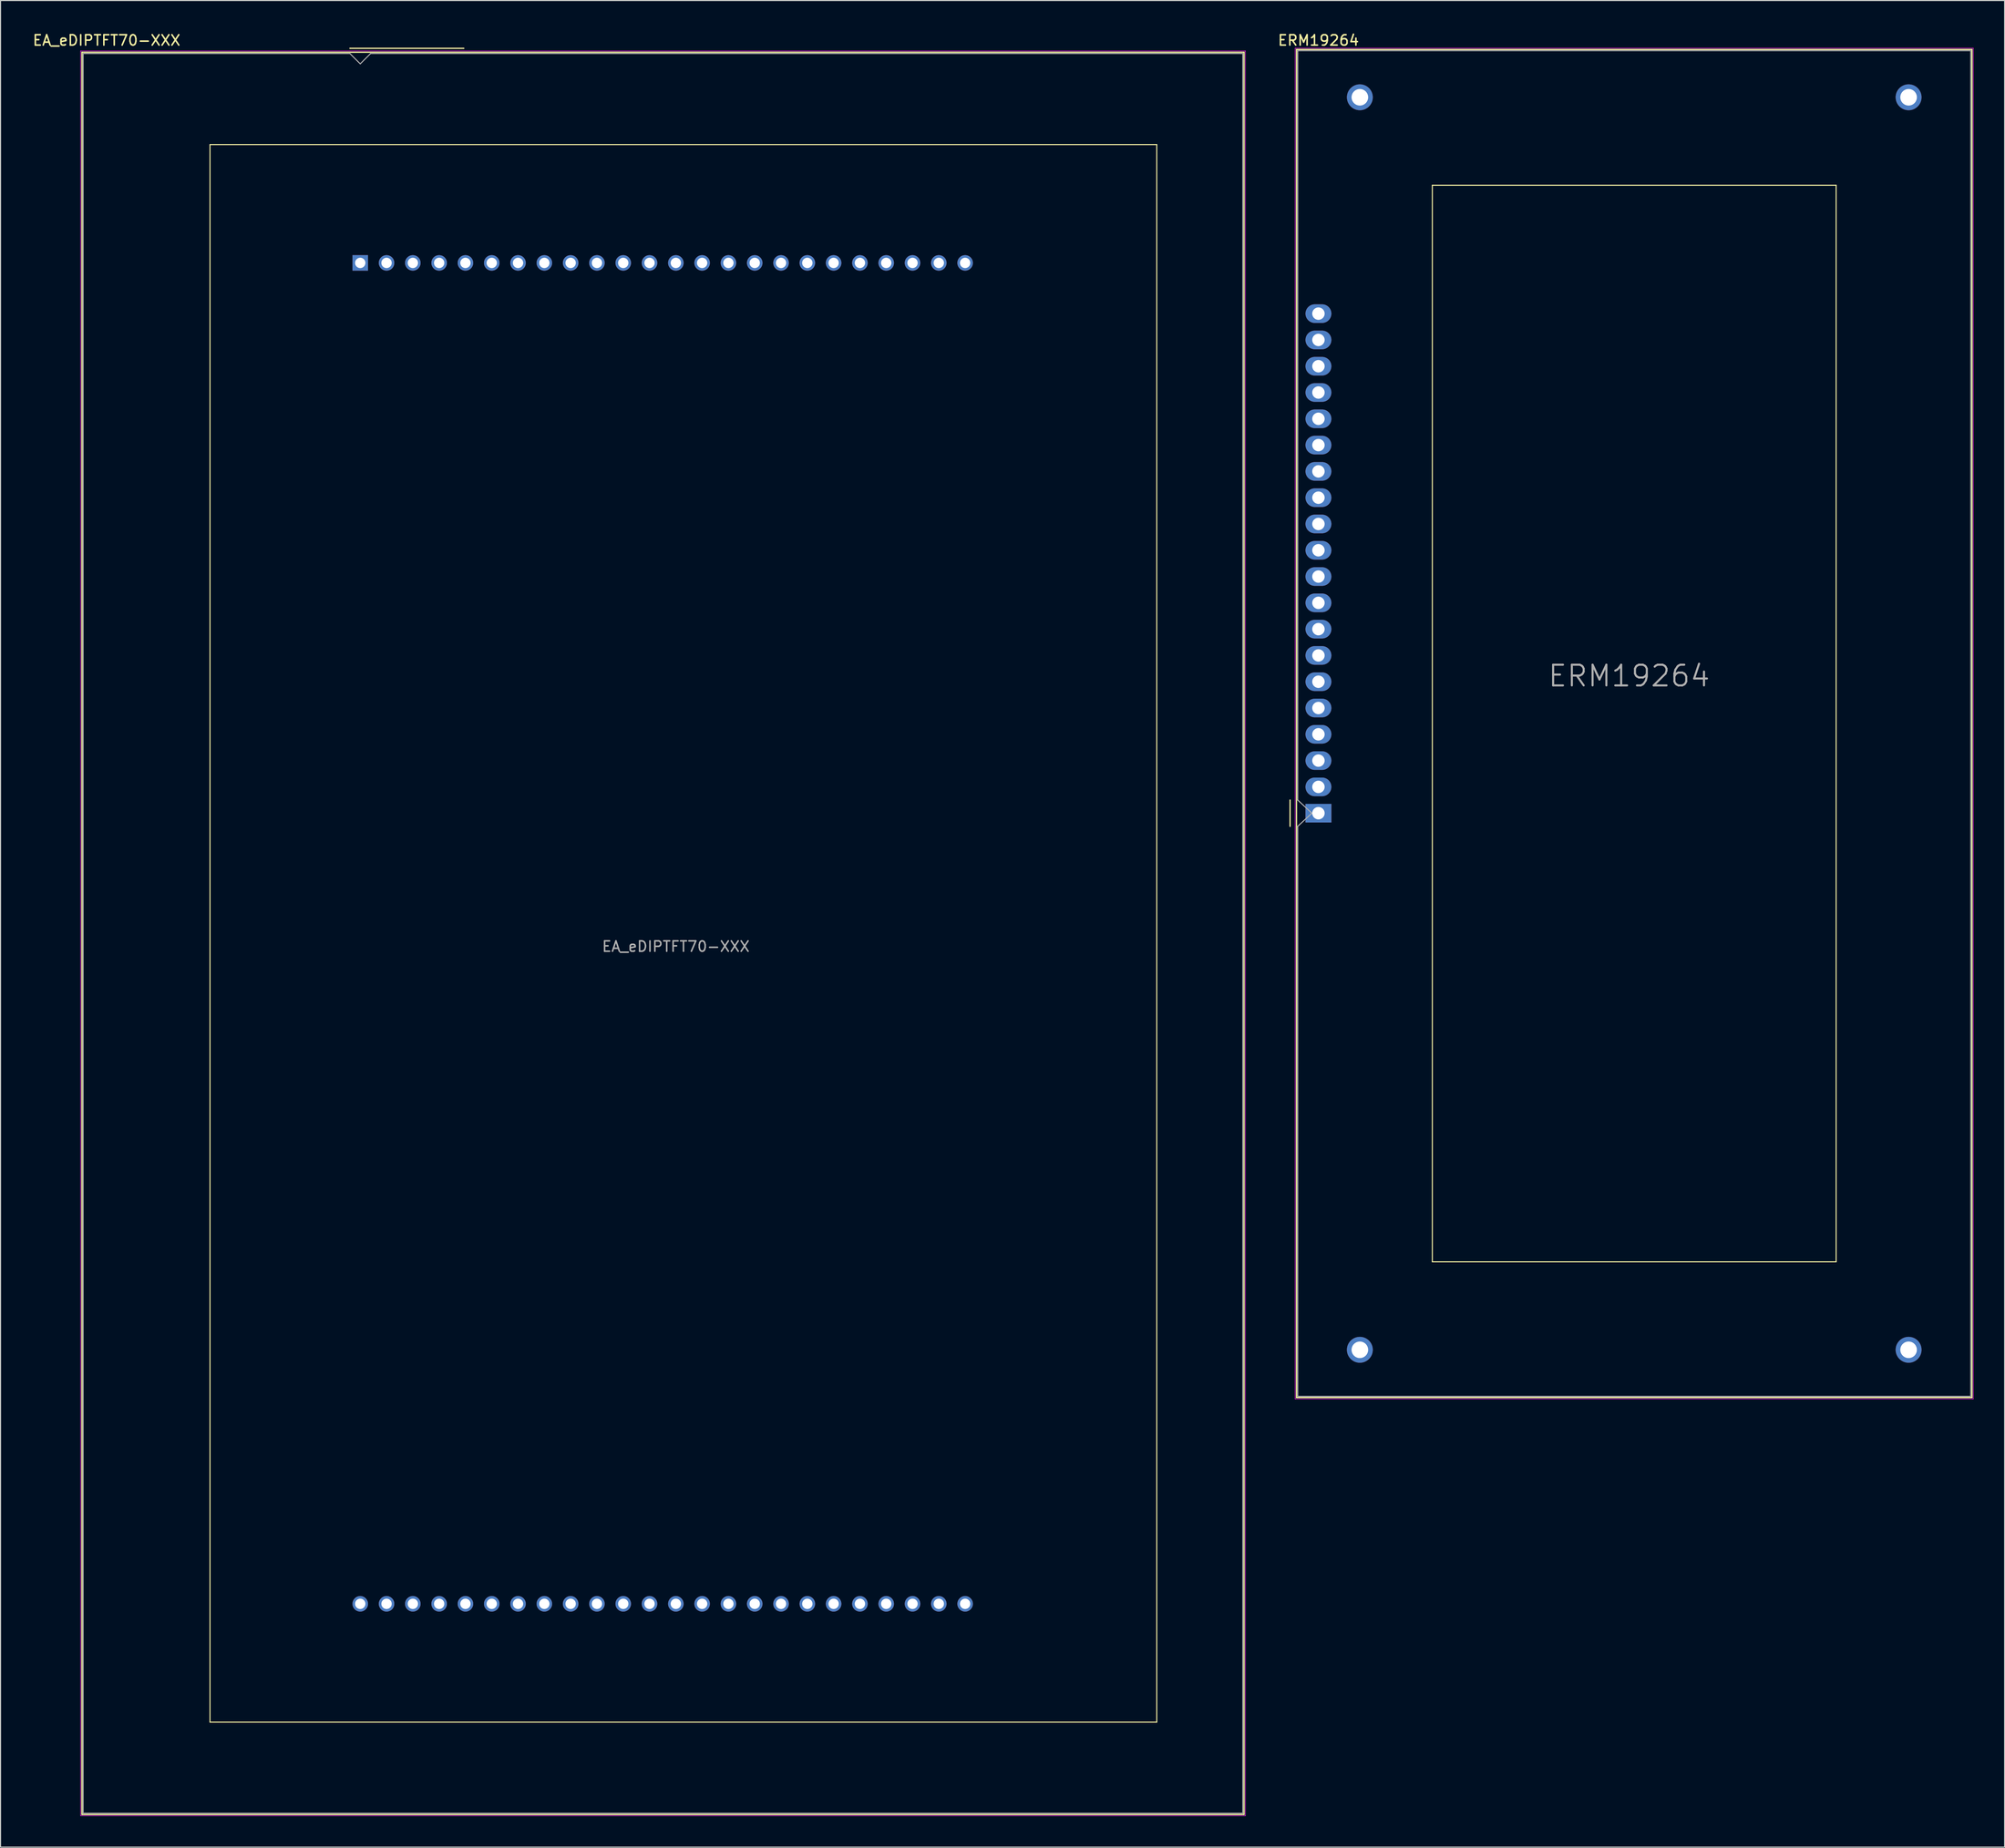
<source format=kicad_pcb>
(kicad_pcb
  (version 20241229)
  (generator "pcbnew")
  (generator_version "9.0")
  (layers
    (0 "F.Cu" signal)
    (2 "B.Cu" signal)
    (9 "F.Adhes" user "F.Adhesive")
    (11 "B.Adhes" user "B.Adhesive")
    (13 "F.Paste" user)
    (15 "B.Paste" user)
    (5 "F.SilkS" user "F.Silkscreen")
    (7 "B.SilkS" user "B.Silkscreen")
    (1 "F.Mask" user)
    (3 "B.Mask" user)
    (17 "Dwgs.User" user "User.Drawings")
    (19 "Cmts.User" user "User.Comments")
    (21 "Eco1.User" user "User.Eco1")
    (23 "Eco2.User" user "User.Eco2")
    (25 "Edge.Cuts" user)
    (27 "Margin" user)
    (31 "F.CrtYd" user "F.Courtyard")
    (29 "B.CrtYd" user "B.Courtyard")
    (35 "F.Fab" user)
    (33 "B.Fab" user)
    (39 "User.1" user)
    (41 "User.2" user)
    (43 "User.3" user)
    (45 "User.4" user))
  (footprint "EA_eDIPTFT70-XXX"
    (layer "F.Cu")
    (at 31.744 22.348)
    (property "Reference" "EA_eDIPTFT70-XXX" (at -24.5 -21.5 0) (layer "F.SilkS") (effects (font (size 1 1) (thickness 0.15))))
    (attr through_hole)
    (fp_line (start -26.88 -20.35) (end 85.36 -20.35) (stroke (width 0.12) (type solid)) (layer "F.SilkS"))
    (fp_line (start -26.88 149.89) (end -26.88 -20.35) (stroke (width 0.12) (type solid)) (layer "F.SilkS"))
    (fp_line (start -14.51 -11.43) (end -14.51 140.97) (stroke (width 0.1) (type solid)) (layer "F.SilkS"))
    (fp_line (start -14.51 140.97) (end 76.93 140.97) (stroke (width 0.1) (type solid)) (layer "F.SilkS"))
    (fp_line (start -1 -20.73) (end 10 -20.73) (stroke (width 0.12) (type solid)) (layer "F.SilkS"))
    (fp_line (start 76.93 -11.43) (end -14.51 -11.43) (stroke (width 0.1) (type solid)) (layer "F.SilkS"))
    (fp_line (start 76.93 140.97) (end 76.93 -11.43) (stroke (width 0.1) (type solid)) (layer "F.SilkS"))
    (fp_line (start 85.36 -20.35) (end 85.36 149.89) (stroke (width 0.12) (type solid)) (layer "F.SilkS"))
    (fp_line (start 85.36 149.89) (end -26.88 149.89) (stroke (width 0.12) (type solid)) (layer "F.SilkS"))
    (fp_line (start -27.01 -20.48) (end 85.49 -20.48) (stroke (width 0.05) (type solid)) (layer "F.CrtYd"))
    (fp_line (start -27.01 150.02) (end -27.01 -20.48) (stroke (width 0.05) (type solid)) (layer "F.CrtYd"))
    (fp_line (start 85.49 -20.48) (end 85.49 150.02) (stroke (width 0.05) (type solid)) (layer "F.CrtYd"))
    (fp_line (start 85.49 150.02) (end -27.01 150.02) (stroke (width 0.05) (type solid)) (layer "F.CrtYd"))
    (fp_line (start -26.76 -20.23) (end -1 -20.23) (stroke (width 0.1) (type solid)) (layer "F.Fab"))
    (fp_line (start -26.76 149.77) (end -26.76 -20.23) (stroke (width 0.1) (type solid)) (layer "F.Fab"))
    (fp_line (start -1 -20.23) (end 0 -19.23) (stroke (width 0.1) (type solid)) (layer "F.Fab"))
    (fp_line (start 0 -19.23) (end 1 -20.23) (stroke (width 0.1) (type solid)) (layer "F.Fab"))
    (fp_line (start 1 -20.23) (end 85.24 -20.23) (stroke (width 0.1) (type solid)) (layer "F.Fab"))
    (fp_line (start 85.24 -20.23) (end 85.24 149.77) (stroke (width 0.1) (type solid)) (layer "F.Fab"))
    (fp_line (start 85.24 149.77) (end -26.76 149.77) (stroke (width 0.1) (type solid)) (layer "F.Fab"))
    (fp_text user "${REFERENCE}" (at 30.48 66.04 0) (layer "F.Fab") (effects (font (size 1 1) (thickness 0.15))))
    (pad "1" thru_hole rect (at 0 0) (size 1.5 1.5) (drill 1) (layers "*.Cu" "*.Mask"))
    (pad "2" thru_hole circle (at 2.54 0) (size 1.5 1.5) (drill 1) (layers "*.Cu" "*.Mask"))
    (pad "3" thru_hole circle (at 5.08 0) (size 1.5 1.5) (drill 1) (layers "*.Cu" "*.Mask"))
    (pad "4" thru_hole circle (at 7.62 0) (size 1.5 1.5) (drill 1) (layers "*.Cu" "*.Mask"))
    (pad "5" thru_hole circle (at 10.16 0) (size 1.5 1.5) (drill 1) (layers "*.Cu" "*.Mask"))
    (pad "6" thru_hole circle (at 12.7 0) (size 1.5 1.5) (drill 1) (layers "*.Cu" "*.Mask"))
    (pad "7" thru_hole circle (at 15.24 0) (size 1.5 1.5) (drill 1) (layers "*.Cu" "*.Mask"))
    (pad "8" thru_hole circle (at 17.78 0) (size 1.5 1.5) (drill 1) (layers "*.Cu" "*.Mask"))
    (pad "9" thru_hole circle (at 20.32 0) (size 1.5 1.5) (drill 1) (layers "*.Cu" "*.Mask"))
    (pad "10" thru_hole circle (at 22.86 0) (size 1.5 1.5) (drill 1) (layers "*.Cu" "*.Mask"))
    (pad "11" thru_hole circle (at 25.4 0) (size 1.5 1.5) (drill 1) (layers "*.Cu" "*.Mask"))
    (pad "12" thru_hole circle (at 27.94 0) (size 1.5 1.5) (drill 1) (layers "*.Cu" "*.Mask"))
    (pad "13" thru_hole circle (at 30.48 0) (size 1.5 1.5) (drill 1) (layers "*.Cu" "*.Mask"))
    (pad "14" thru_hole circle (at 33.02 0) (size 1.5 1.5) (drill 1) (layers "*.Cu" "*.Mask"))
    (pad "15" thru_hole circle (at 35.56 0) (size 1.5 1.5) (drill 1) (layers "*.Cu" "*.Mask"))
    (pad "16" thru_hole circle (at 38.1 0) (size 1.5 1.5) (drill 1) (layers "*.Cu" "*.Mask"))
    (pad "17" thru_hole circle (at 40.64 0) (size 1.5 1.5) (drill 1) (layers "*.Cu" "*.Mask"))
    (pad "18" thru_hole circle (at 43.18 0) (size 1.5 1.5) (drill 1) (layers "*.Cu" "*.Mask"))
    (pad "19" thru_hole circle (at 45.72 0) (size 1.5 1.5) (drill 1) (layers "*.Cu" "*.Mask"))
    (pad "20" thru_hole circle (at 48.26 0) (size 1.5 1.5) (drill 1) (layers "*.Cu" "*.Mask"))
    (pad "21" thru_hole circle (at 50.8 0) (size 1.5 1.5) (drill 1) (layers "*.Cu" "*.Mask"))
    (pad "22" thru_hole circle (at 53.34 0) (size 1.5 1.5) (drill 1) (layers "*.Cu" "*.Mask"))
    (pad "23" thru_hole circle (at 55.88 0) (size 1.5 1.5) (drill 1) (layers "*.Cu" "*.Mask"))
    (pad "24" thru_hole circle (at 58.42 0) (size 1.5 1.5) (drill 1) (layers "*.Cu" "*.Mask"))
    (pad "25" thru_hole circle (at 58.42 129.54) (size 1.5 1.5) (drill 1) (layers "*.Cu" "*.Mask"))
    (pad "26" thru_hole circle (at 55.88 129.54) (size 1.5 1.5) (drill 1) (layers "*.Cu" "*.Mask"))
    (pad "27" thru_hole circle (at 53.34 129.54) (size 1.5 1.5) (drill 1) (layers "*.Cu" "*.Mask"))
    (pad "28" thru_hole circle (at 50.8 129.54) (size 1.5 1.5) (drill 1) (layers "*.Cu" "*.Mask"))
    (pad "29" thru_hole circle (at 48.26 129.54) (size 1.5 1.5) (drill 1) (layers "*.Cu" "*.Mask"))
    (pad "30" thru_hole circle (at 45.72 129.54) (size 1.5 1.5) (drill 1) (layers "*.Cu" "*.Mask"))
    (pad "31" thru_hole circle (at 43.18 129.54) (size 1.5 1.5) (drill 1) (layers "*.Cu" "*.Mask"))
    (pad "32" thru_hole circle (at 40.64 129.54) (size 1.5 1.5) (drill 1) (layers "*.Cu" "*.Mask"))
    (pad "33" thru_hole circle (at 38.1 129.54) (size 1.5 1.5) (drill 1) (layers "*.Cu" "*.Mask"))
    (pad "34" thru_hole circle (at 35.56 129.54) (size 1.5 1.5) (drill 1) (layers "*.Cu" "*.Mask"))
    (pad "35" thru_hole circle (at 33.02 129.54) (size 1.5 1.5) (drill 1) (layers "*.Cu" "*.Mask"))
    (pad "36" thru_hole circle (at 30.48 129.54) (size 1.5 1.5) (drill 1) (layers "*.Cu" "*.Mask"))
    (pad "37" thru_hole circle (at 27.94 129.54) (size 1.5 1.5) (drill 1) (layers "*.Cu" "*.Mask"))
    (pad "38" thru_hole circle (at 25.4 129.54) (size 1.5 1.5) (drill 1) (layers "*.Cu" "*.Mask"))
    (pad "39" thru_hole circle (at 22.86 129.54) (size 1.5 1.5) (drill 1) (layers "*.Cu" "*.Mask"))
    (pad "40" thru_hole circle (at 20.32 129.54) (size 1.5 1.5) (drill 1) (layers "*.Cu" "*.Mask"))
    (pad "41" thru_hole circle (at 17.78 129.54) (size 1.5 1.5) (drill 1) (layers "*.Cu" "*.Mask"))
    (pad "42" thru_hole circle (at 15.24 129.54) (size 1.5 1.5) (drill 1) (layers "*.Cu" "*.Mask"))
    (pad "43" thru_hole circle (at 12.7 129.54) (size 1.5 1.5) (drill 1) (layers "*.Cu" "*.Mask"))
    (pad "44" thru_hole circle (at 10.16 129.54) (size 1.5 1.5) (drill 1) (layers "*.Cu" "*.Mask"))
    (pad "45" thru_hole circle (at 7.62 129.54) (size 1.5 1.5) (drill 1) (layers "*.Cu" "*.Mask"))
    (pad "46" thru_hole circle (at 5.08 129.54) (size 1.5 1.5) (drill 1) (layers "*.Cu" "*.Mask"))
    (pad "47" thru_hole circle (at 2.54 129.54) (size 1.5 1.5) (drill 1) (layers "*.Cu" "*.Mask"))
    (pad "48" thru_hole circle (at 0 129.54) (size 1.5 1.5) (drill 1) (layers "*.Cu" "*.Mask")))
  (footprint "ERM19264"
    (layer "F.Cu")
    (at 124.289 75.508)
    (property "Reference" "ERM19264" (at 0 -74.66 0) (layer "F.SilkS") (effects (font (size 1 1) (thickness 0.15))))
    (attr through_hole)
    (fp_line (start -2.74 -1.27) (end -2.74 1.27) (stroke (width 0.12) (type solid)) (layer "F.SilkS"))
    (fp_line (start -2.12 -73.78) (end 63.12 -73.78) (stroke (width 0.12) (type solid)) (layer "F.SilkS"))
    (fp_line (start -2.12 56.46) (end -2.12 -73.78) (stroke (width 0.12) (type solid)) (layer "F.SilkS"))
    (fp_line (start 11 -60.66) (end 50 -60.66) (stroke (width 0.1) (type solid)) (layer "F.SilkS"))
    (fp_line (start 11 43.34) (end 11 -60.66) (stroke (width 0.1) (type solid)) (layer "F.SilkS"))
    (fp_line (start 50 -60.66) (end 50 43.34) (stroke (width 0.1) (type solid)) (layer "F.SilkS"))
    (fp_line (start 50 43.34) (end 11 43.34) (stroke (width 0.1) (type solid)) (layer "F.SilkS"))
    (fp_line (start 63.12 -73.78) (end 63.12 56.46) (stroke (width 0.12) (type solid)) (layer "F.SilkS"))
    (fp_line (start 63.12 56.46) (end -2.12 56.46) (stroke (width 0.12) (type solid)) (layer "F.SilkS"))
    (fp_line (start -2.25 -73.91) (end 63.25 -73.91) (stroke (width 0.05) (type solid)) (layer "F.CrtYd"))
    (fp_line (start -2.25 56.59) (end -2.25 -73.91) (stroke (width 0.05) (type solid)) (layer "F.CrtYd"))
    (fp_line (start 63.25 -73.91) (end 63.25 56.59) (stroke (width 0.05) (type solid)) (layer "F.CrtYd"))
    (fp_line (start 63.25 56.59) (end -2.25 56.59) (stroke (width 0.05) (type solid)) (layer "F.CrtYd"))
    (fp_line (start -2 -73.66) (end 63 -73.66) (stroke (width 0.1) (type solid)) (layer "F.Fab"))
    (fp_line (start -2 -1.27) (end -2 -73.66) (stroke (width 0.1) (type solid)) (layer "F.Fab"))
    (fp_line (start -2 -1.27) (end -0.635 0) (stroke (width 0.1) (type solid)) (layer "F.Fab"))
    (fp_line (start -2 56.34) (end -2 1.27) (stroke (width 0.1) (type solid)) (layer "F.Fab"))
    (fp_line (start -0.635 0) (end -2 1.27) (stroke (width 0.1) (type solid)) (layer "F.Fab"))
    (fp_line (start 63 -73.66) (end 63 56.34) (stroke (width 0.1) (type solid)) (layer "F.Fab"))
    (fp_line (start 63 56.34) (end -2 56.34) (stroke (width 0.1) (type solid)) (layer "F.Fab"))
    (fp_text user "${REFERENCE}" (at 30 -13.26 0) (layer "F.Fab") (effects (font (size 2 2) (thickness 0.2))))
    (pad "" np_thru_hole circle (at 4 -69.16 270) (size 2.5 2.5) (drill 1.6) (layers "*.Cu" "*.Mask"))
    (pad "" np_thru_hole circle (at 4 51.84 270) (size 2.5 2.5) (drill 1.6) (layers "*.Cu" "*.Mask"))
    (pad "" np_thru_hole circle (at 57 -69.16 270) (size 2.5 2.5) (drill 1.6) (layers "*.Cu" "*.Mask"))
    (pad "" np_thru_hole circle (at 57 51.84 270) (size 2.5 2.5) (drill 1.6) (layers "*.Cu" "*.Mask"))
    (pad "1" thru_hole rect (at 0 0 270) (size 1.8 2.5) (drill 1.2) (layers "*.Cu" "*.Mask"))
    (pad "2" thru_hole oval (at 0 -2.54 270) (size 1.8 2.5) (drill 1.2) (layers "*.Cu" "*.Mask"))
    (pad "3" thru_hole oval (at 0 -5.08 270) (size 1.8 2.5) (drill 1.2) (layers "*.Cu" "*.Mask"))
    (pad "4" thru_hole oval (at 0 -7.62 270) (size 1.8 2.5) (drill 1.2) (layers "*.Cu" "*.Mask"))
    (pad "5" thru_hole oval (at 0 -10.16 270) (size 1.8 2.5) (drill 1.2) (layers "*.Cu" "*.Mask"))
    (pad "6" thru_hole oval (at 0 -12.7 270) (size 1.8 2.5) (drill 1.2) (layers "*.Cu" "*.Mask"))
    (pad "7" thru_hole oval (at 0 -15.24 270) (size 1.8 2.5) (drill 1.2) (layers "*.Cu" "*.Mask"))
    (pad "8" thru_hole oval (at 0 -17.78 270) (size 1.8 2.5) (drill 1.2) (layers "*.Cu" "*.Mask"))
    (pad "9" thru_hole oval (at 0 -20.32 270) (size 1.8 2.5) (drill 1.2) (layers "*.Cu" "*.Mask"))
    (pad "10" thru_hole oval (at 0 -22.86 270) (size 1.8 2.5) (drill 1.2) (layers "*.Cu" "*.Mask"))
    (pad "11" thru_hole oval (at 0 -25.4 270) (size 1.8 2.5) (drill 1.2) (layers "*.Cu" "*.Mask"))
    (pad "12" thru_hole oval (at 0 -27.94 270) (size 1.8 2.5) (drill 1.2) (layers "*.Cu" "*.Mask"))
    (pad "13" thru_hole oval (at 0 -30.48 270) (size 1.8 2.5) (drill 1.2) (layers "*.Cu" "*.Mask"))
    (pad "14" thru_hole oval (at 0 -33.02 270) (size 1.8 2.5) (drill 1.2) (layers "*.Cu" "*.Mask"))
    (pad "15" thru_hole oval (at 0 -35.56 270) (size 1.8 2.5) (drill 1.2) (layers "*.Cu" "*.Mask"))
    (pad "16" thru_hole oval (at 0 -38.1 270) (size 1.8 2.5) (drill 1.2) (layers "*.Cu" "*.Mask"))
    (pad "17" thru_hole oval (at 0 -40.64 270) (size 1.8 2.5) (drill 1.2) (layers "*.Cu" "*.Mask"))
    (pad "18" thru_hole oval (at 0 -43.18 270) (size 1.8 2.5) (drill 1.2) (layers "*.Cu" "*.Mask"))
    (pad "19" thru_hole oval (at 0 -45.72 270) (size 1.8 2.5) (drill 1.2) (layers "*.Cu" "*.Mask"))
    (pad "20" thru_hole oval (at 0 -48.26 270) (size 1.8 2.5) (drill 1.2) (layers "*.Cu" "*.Mask")))
  (gr_rect
    (start -3 -3)
    (end 190.564 175.393)
    (stroke (width 0.1) (type default))
    (fill no)
    (layer "Edge.Cuts")))
</source>
